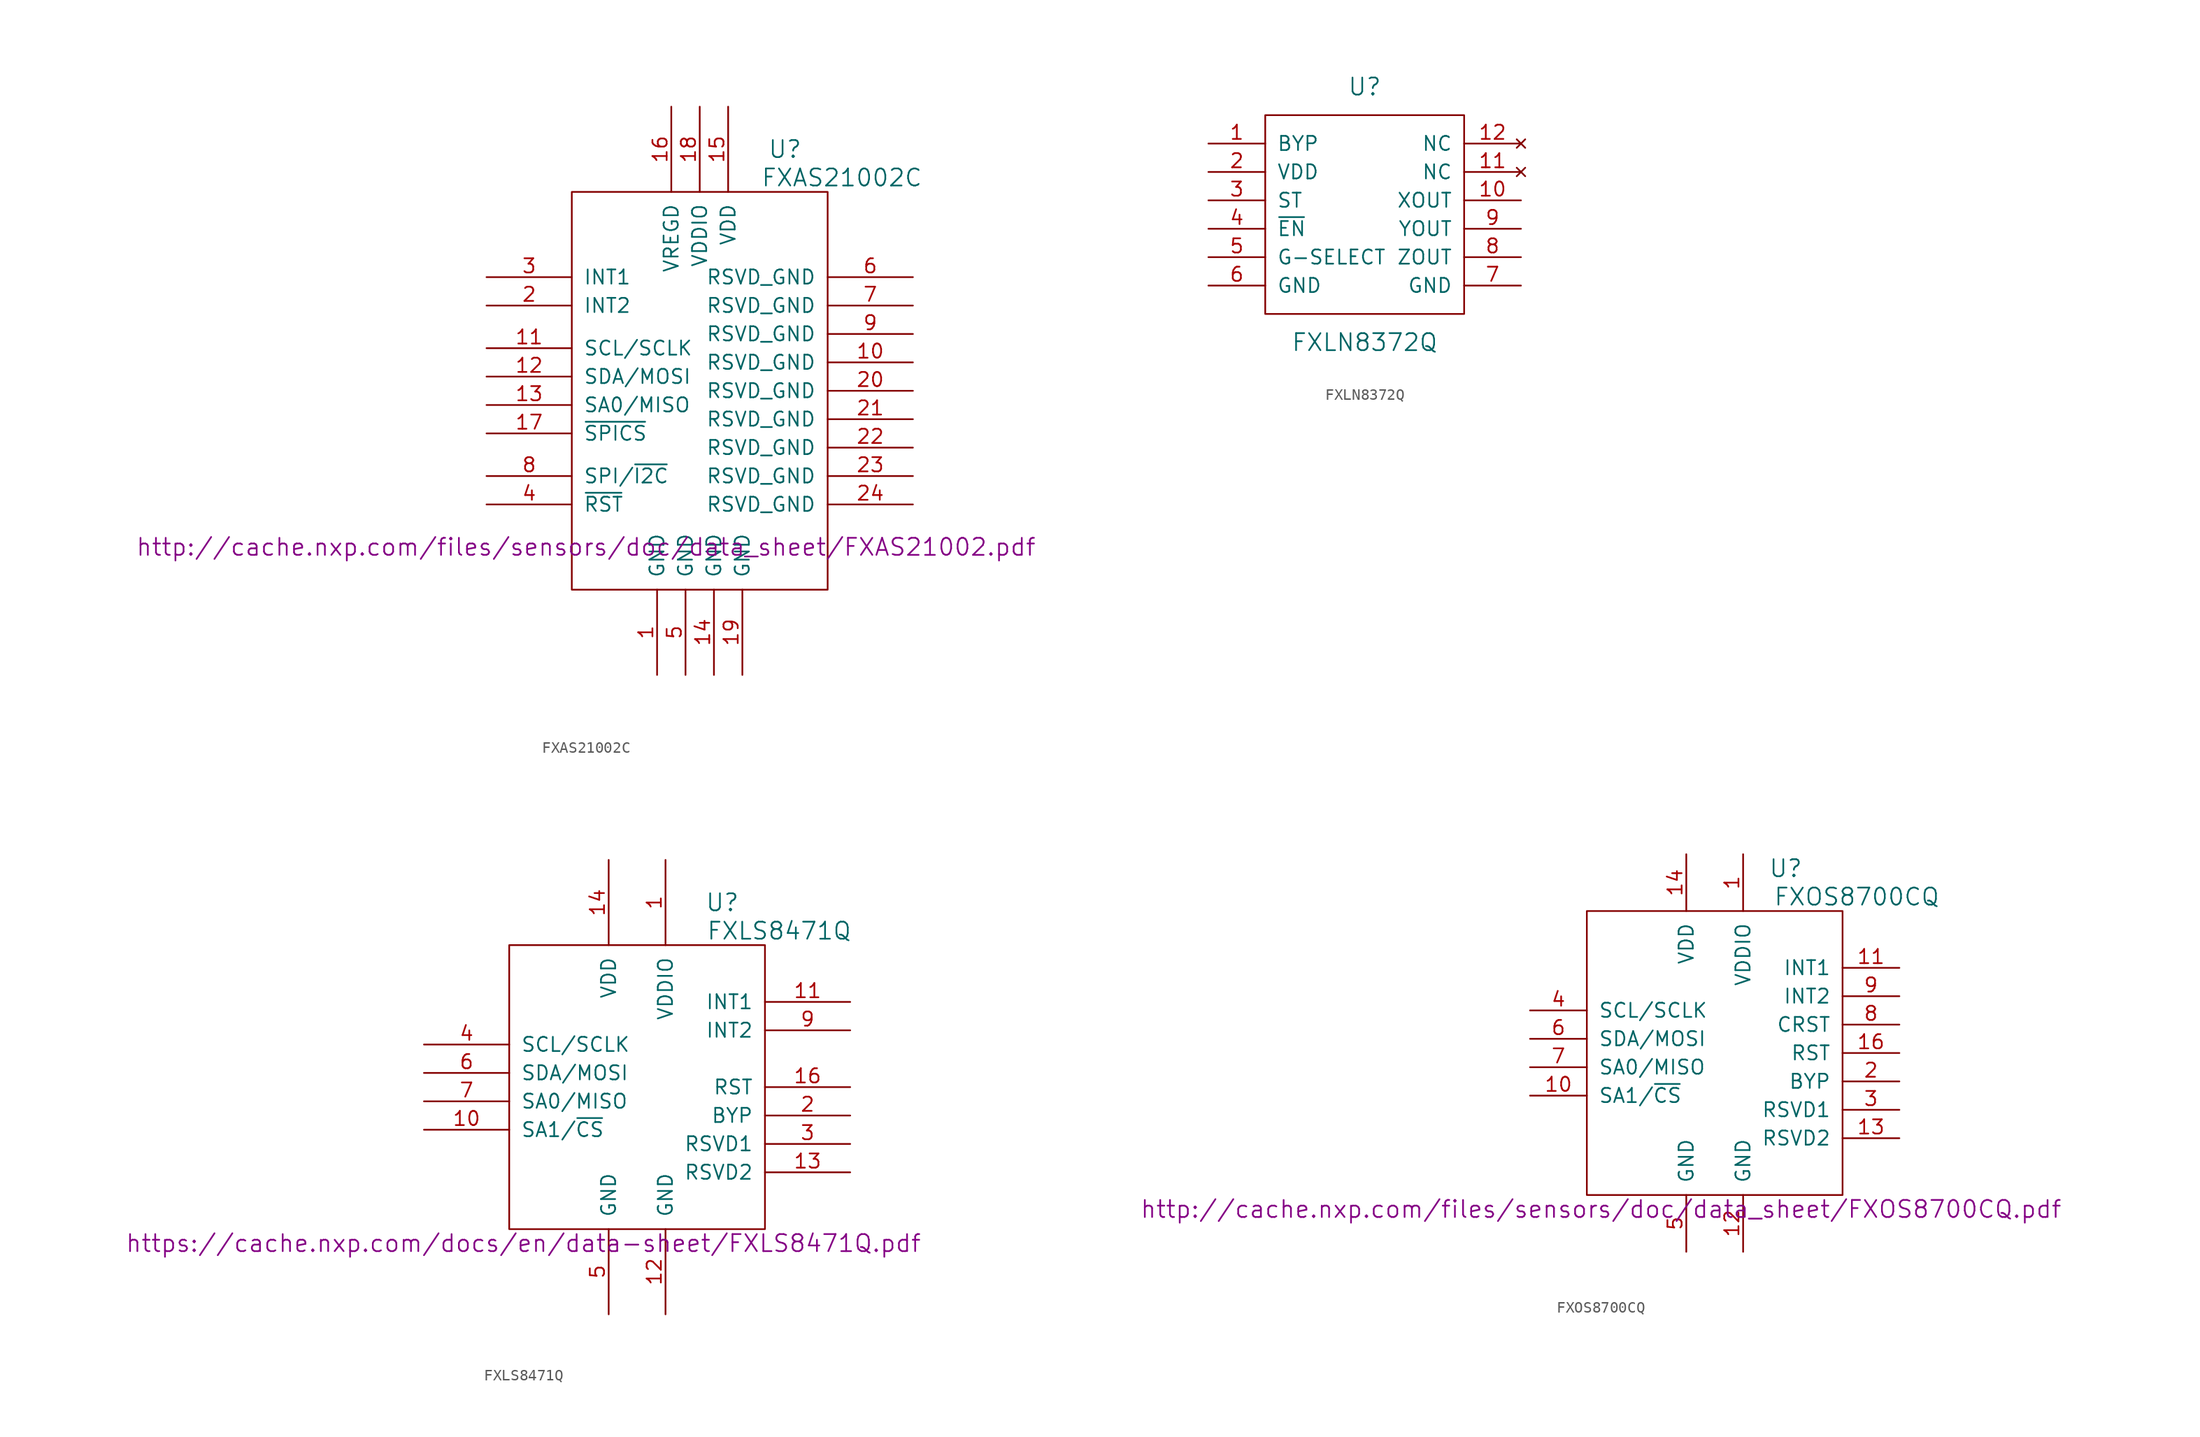
<source format=kicad_sym>
(kicad_symbol_lib
  (version 20201005)
  (generator kicad_symbol_editor)
  (symbol "FXAS21002C"
    (pin_names
      (offset 1.016))
    (property "Reference" "U"
      (at 7.62 21.59 0)
      (effects (font (size 1.524 1.524))))
    (property "Value" "FXAS21002C"
      (at 12.7 19.05 0)
      (effects (font (size 1.524 1.524))))
    (property "Datasheet" "http://cache.nxp.com/files/sensors/doc/data_sheet/FXAS21002.pdf"
      (at -10.16 -13.97 0)
      (effects (font (size 1.524 1.524))))
    (symbol "FXAS21002C_0_1"
      (rectangle (start 11.43 17.78) (end -11.43 -17.78) (stroke (width 0)) (fill (type none))))
    (symbol "FXAS21002C_1_1"
      (pin power_in line (at -3.81 -25.4 90) (length 7.62) (name "GND" (effects (font (size 1.27 1.27)))) (number "1" (effects (font (size 1.27 1.27)))))
      (pin unspecified line (at 19.05 2.54 180) (length 7.62) (name "RSVD_GND" (effects (font (size 1.27 1.27)))) (number "10" (effects (font (size 1.27 1.27)))))
      (pin input line (at -19.05 3.81 0) (length 7.62) (name "SCL/SCLK" (effects (font (size 1.27 1.27)))) (number "11" (effects (font (size 1.27 1.27)))))
      (pin input line (at -19.05 1.27 0) (length 7.62) (name "SDA/MOSI" (effects (font (size 1.27 1.27)))) (number "12" (effects (font (size 1.27 1.27)))))
      (pin output line (at -19.05 -1.27 0) (length 7.62) (name "SA0/MISO" (effects (font (size 1.27 1.27)))) (number "13" (effects (font (size 1.27 1.27)))))
      (pin power_in line (at 1.27 -25.4 90) (length 7.62) (name "GND" (effects (font (size 1.27 1.27)))) (number "14" (effects (font (size 1.27 1.27)))))
      (pin power_in line (at 2.54 25.4 270) (length 7.62) (name "VDD" (effects (font (size 1.27 1.27)))) (number "15" (effects (font (size 1.27 1.27)))))
      (pin power_out line (at -2.54 25.4 270) (length 7.62) (name "VREGD" (effects (font (size 1.27 1.27)))) (number "16" (effects (font (size 1.27 1.27)))))
      (pin input line (at -19.05 -3.81 0) (length 7.62) (name "~SPICS" (effects (font (size 1.27 1.27)))) (number "17" (effects (font (size 1.27 1.27)))))
      (pin power_in line (at 0 25.4 270) (length 7.62) (name "VDDIO" (effects (font (size 1.27 1.27)))) (number "18" (effects (font (size 1.27 1.27)))))
      (pin power_in line (at 3.81 -25.4 90) (length 7.62) (name "GND" (effects (font (size 1.27 1.27)))) (number "19" (effects (font (size 1.27 1.27)))))
      (pin output line (at -19.05 7.62 0) (length 7.62) (name "INT2" (effects (font (size 1.27 1.27)))) (number "2" (effects (font (size 1.27 1.27)))))
      (pin unspecified line (at 19.05 0 180) (length 7.62) (name "RSVD_GND" (effects (font (size 1.27 1.27)))) (number "20" (effects (font (size 1.27 1.27)))))
      (pin unspecified line (at 19.05 -2.54 180) (length 7.62) (name "RSVD_GND" (effects (font (size 1.27 1.27)))) (number "21" (effects (font (size 1.27 1.27)))))
      (pin unspecified line (at 19.05 -5.08 180) (length 7.62) (name "RSVD_GND" (effects (font (size 1.27 1.27)))) (number "22" (effects (font (size 1.27 1.27)))))
      (pin unspecified line (at 19.05 -7.62 180) (length 7.62) (name "RSVD_GND" (effects (font (size 1.27 1.27)))) (number "23" (effects (font (size 1.27 1.27)))))
      (pin unspecified line (at 19.05 -10.16 180) (length 7.62) (name "RSVD_GND" (effects (font (size 1.27 1.27)))) (number "24" (effects (font (size 1.27 1.27)))))
      (pin output line (at -19.05 10.16 0) (length 7.62) (name "INT1" (effects (font (size 1.27 1.27)))) (number "3" (effects (font (size 1.27 1.27)))))
      (pin input line (at -19.05 -10.16 0) (length 7.62) (name "~RST" (effects (font (size 1.27 1.27)))) (number "4" (effects (font (size 1.27 1.27)))))
      (pin power_in line (at -1.27 -25.4 90) (length 7.62) (name "GND" (effects (font (size 1.27 1.27)))) (number "5" (effects (font (size 1.27 1.27)))))
      (pin unspecified line (at 19.05 10.16 180) (length 7.62) (name "RSVD_GND" (effects (font (size 1.27 1.27)))) (number "6" (effects (font (size 1.27 1.27)))))
      (pin unspecified line (at 19.05 7.62 180) (length 7.62) (name "RSVD_GND" (effects (font (size 1.27 1.27)))) (number "7" (effects (font (size 1.27 1.27)))))
      (pin input line (at -19.05 -7.62 0) (length 7.62) (name "SPI/~I2C" (effects (font (size 1.27 1.27)))) (number "8" (effects (font (size 1.27 1.27)))))
      (pin unspecified line (at 19.05 5.08 180) (length 7.62) (name "RSVD_GND" (effects (font (size 1.27 1.27)))) (number "9" (effects (font (size 1.27 1.27)))))))
  (symbol "FXLN8372Q"
    (pin_names
      (offset 1.016))
    (property "Reference" "U"
      (at 0 11.43 0)
      (effects (font (size 1.524 1.524))))
    (property "Value" "FXLN8372Q"
      (at 0 -11.43 0)
      (effects (font (size 1.524 1.524))))
    (symbol "FXLN8372Q_0_1"
      (rectangle (start 8.89 8.89) (end -8.89 -8.89) (stroke (width 0)) (fill (type none))))
    (symbol "FXLN8372Q_1_1"
      (pin output line (at -13.97 6.35 0) (length 5.08) (name "BYP" (effects (font (size 1.27 1.27)))) (number "1" (effects (font (size 1.27 1.27)))))
      (pin output line (at 13.97 1.27 180) (length 5.08) (name "XOUT" (effects (font (size 1.27 1.27)))) (number "10" (effects (font (size 1.27 1.27)))))
      (pin unconnected line (at 13.97 3.81 180) (length 5.08) (name "NC" (effects (font (size 1.27 1.27)))) (number "11" (effects (font (size 1.27 1.27)))))
      (pin unconnected line (at 13.97 6.35 180) (length 5.08) (name "NC" (effects (font (size 1.27 1.27)))) (number "12" (effects (font (size 1.27 1.27)))))
      (pin output line (at -13.97 3.81 0) (length 5.08) (name "VDD" (effects (font (size 1.27 1.27)))) (number "2" (effects (font (size 1.27 1.27)))))
      (pin input line (at -13.97 1.27 0) (length 5.08) (name "ST" (effects (font (size 1.27 1.27)))) (number "3" (effects (font (size 1.27 1.27)))))
      (pin input line (at -13.97 -1.27 0) (length 5.08) (name "~EN" (effects (font (size 1.27 1.27)))) (number "4" (effects (font (size 1.27 1.27)))))
      (pin input line (at -13.97 -3.81 0) (length 5.08) (name "G-SELECT" (effects (font (size 1.27 1.27)))) (number "5" (effects (font (size 1.27 1.27)))))
      (pin power_in line (at -13.97 -6.35 0) (length 5.08) (name "GND" (effects (font (size 1.27 1.27)))) (number "6" (effects (font (size 1.27 1.27)))))
      (pin power_in line (at 13.97 -6.35 180) (length 5.08) (name "GND" (effects (font (size 1.27 1.27)))) (number "7" (effects (font (size 1.27 1.27)))))
      (pin output line (at 13.97 -3.81 180) (length 5.08) (name "ZOUT" (effects (font (size 1.27 1.27)))) (number "8" (effects (font (size 1.27 1.27)))))
      (pin output line (at 13.97 -1.27 180) (length 5.08) (name "YOUT" (effects (font (size 1.27 1.27)))) (number "9" (effects (font (size 1.27 1.27)))))))
  (symbol "FXLS8471Q"
    (pin_names
      (offset 1.016))
    (property "Reference" "U"
      (at 7.62 16.51 0)
      (effects (font (size 1.524 1.524))))
    (property "Value" "FXLS8471Q"
      (at 12.7 13.97 0)
      (effects (font (size 1.524 1.524))))
    (property "Datasheet" "https://cache.nxp.com/docs/en/data-sheet/FXLS8471Q.pdf"
      (at -10.16 -13.97 0)
      (effects (font (size 1.524 1.524))))
    (symbol "FXLS8471Q_0_1"
      (rectangle (start 11.43 12.7) (end -11.43 -12.7) (stroke (width 0)) (fill (type none))))
    (symbol "FXLS8471Q_1_1"
      (pin power_in line (at 2.54 20.32 270) (length 7.62) (name "VDDIO" (effects (font (size 1.27 1.27)))) (number "1" (effects (font (size 1.27 1.27)))))
      (pin input line (at -19.05 -3.81 0) (length 7.62) (name "SA1/~CS" (effects (font (size 1.27 1.27)))) (number "10" (effects (font (size 1.27 1.27)))))
      (pin output line (at 19.05 7.62 180) (length 7.62) (name "INT1" (effects (font (size 1.27 1.27)))) (number "11" (effects (font (size 1.27 1.27)))))
      (pin power_in line (at 2.54 -20.32 90) (length 7.62) (name "GND" (effects (font (size 1.27 1.27)))) (number "12" (effects (font (size 1.27 1.27)))))
      (pin unspecified line (at 19.05 -7.62 180) (length 7.62) (name "RSVD2" (effects (font (size 1.27 1.27)))) (number "13" (effects (font (size 1.27 1.27)))))
      (pin power_in line (at -2.54 20.32 270) (length 7.62) (name "VDD" (effects (font (size 1.27 1.27)))) (number "14" (effects (font (size 1.27 1.27)))))
      (pin unconnected line (at 0 -12.7 90) (length 0) hide (name "NC" (effects (font (size 1.27 1.27)))) (number "15" (effects (font (size 1.27 1.27)))))
      (pin input line (at 19.05 0 180) (length 7.62) (name "RST" (effects (font (size 1.27 1.27)))) (number "16" (effects (font (size 1.27 1.27)))))
      (pin power_out line (at 19.05 -2.54 180) (length 7.62) (name "BYP" (effects (font (size 1.27 1.27)))) (number "2" (effects (font (size 1.27 1.27)))))
      (pin unspecified line (at 19.05 -5.08 180) (length 7.62) (name "RSVD1" (effects (font (size 1.27 1.27)))) (number "3" (effects (font (size 1.27 1.27)))))
      (pin input line (at -19.05 3.81 0) (length 7.62) (name "SCL/SCLK" (effects (font (size 1.27 1.27)))) (number "4" (effects (font (size 1.27 1.27)))))
      (pin power_in line (at -2.54 -20.32 90) (length 7.62) (name "GND" (effects (font (size 1.27 1.27)))) (number "5" (effects (font (size 1.27 1.27)))))
      (pin input line (at -19.05 1.27 0) (length 7.62) (name "SDA/MOSI" (effects (font (size 1.27 1.27)))) (number "6" (effects (font (size 1.27 1.27)))))
      (pin output line (at -19.05 -1.27 0) (length 7.62) (name "SA0/MISO" (effects (font (size 1.27 1.27)))) (number "7" (effects (font (size 1.27 1.27)))))
      (pin unconnected line (at -5.08 -12.7 90) (length 0) hide (name "NC" (effects (font (size 1.27 1.27)))) (number "8" (effects (font (size 1.27 1.27)))))
      (pin output line (at 19.05 5.08 180) (length 7.62) (name "INT2" (effects (font (size 1.27 1.27)))) (number "9" (effects (font (size 1.27 1.27)))))))
  (symbol "FXOS8700CQ"
    (pin_names
      (offset 1.016))
    (property "Reference" "U"
      (at 6.35 16.51 0)
      (effects (font (size 1.524 1.524))))
    (property "Value" "FXOS8700CQ"
      (at 12.7 13.97 0)
      (effects (font (size 1.524 1.524))))
    (property "Datasheet" "http://cache.nxp.com/files/sensors/doc/data_sheet/FXOS8700CQ.pdf"
      (at -10.16 -13.97 0)
      (effects (font (size 1.524 1.524))))
    (symbol "FXOS8700CQ_0_1"
      (rectangle (start 11.43 12.7) (end -11.43 -12.7) (stroke (width 0)) (fill (type none))))
    (symbol "FXOS8700CQ_1_1"
      (pin power_in line (at 2.54 17.78 270) (length 5.08) (name "VDDIO" (effects (font (size 1.27 1.27)))) (number "1" (effects (font (size 1.27 1.27)))))
      (pin input line (at -16.51 -3.81 0) (length 5.08) (name "SA1/~CS" (effects (font (size 1.27 1.27)))) (number "10" (effects (font (size 1.27 1.27)))))
      (pin output line (at 16.51 7.62 180) (length 5.08) (name "INT1" (effects (font (size 1.27 1.27)))) (number "11" (effects (font (size 1.27 1.27)))))
      (pin power_in line (at 2.54 -17.78 90) (length 5.08) (name "GND" (effects (font (size 1.27 1.27)))) (number "12" (effects (font (size 1.27 1.27)))))
      (pin unspecified line (at 16.51 -7.62 180) (length 5.08) (name "RSVD2" (effects (font (size 1.27 1.27)))) (number "13" (effects (font (size 1.27 1.27)))))
      (pin power_in line (at -2.54 17.78 270) (length 5.08) (name "VDD" (effects (font (size 1.27 1.27)))) (number "14" (effects (font (size 1.27 1.27)))))
      (pin unconnected line (at 0 -12.7 90) (length 0) hide (name "NC" (effects (font (size 1.27 1.27)))) (number "15" (effects (font (size 1.27 1.27)))))
      (pin input line (at 16.51 0 180) (length 5.08) (name "RST" (effects (font (size 1.27 1.27)))) (number "16" (effects (font (size 1.27 1.27)))))
      (pin power_out line (at 16.51 -2.54 180) (length 5.08) (name "BYP" (effects (font (size 1.27 1.27)))) (number "2" (effects (font (size 1.27 1.27)))))
      (pin unspecified line (at 16.51 -5.08 180) (length 5.08) (name "RSVD1" (effects (font (size 1.27 1.27)))) (number "3" (effects (font (size 1.27 1.27)))))
      (pin input line (at -16.51 3.81 0) (length 5.08) (name "SCL/SCLK" (effects (font (size 1.27 1.27)))) (number "4" (effects (font (size 1.27 1.27)))))
      (pin power_in line (at -2.54 -17.78 90) (length 5.08) (name "GND" (effects (font (size 1.27 1.27)))) (number "5" (effects (font (size 1.27 1.27)))))
      (pin input line (at -16.51 1.27 0) (length 5.08) (name "SDA/MOSI" (effects (font (size 1.27 1.27)))) (number "6" (effects (font (size 1.27 1.27)))))
      (pin output line (at -16.51 -1.27 0) (length 5.08) (name "SA0/MISO" (effects (font (size 1.27 1.27)))) (number "7" (effects (font (size 1.27 1.27)))))
      (pin input line (at 16.51 2.54 180) (length 5.08) (name "CRST" (effects (font (size 1.27 1.27)))) (number "8" (effects (font (size 1.27 1.27)))))
      (pin output line (at 16.51 5.08 180) (length 5.08) (name "INT2" (effects (font (size 1.27 1.27)))) (number "9" (effects (font (size 1.27 1.27))))))))
</source>
